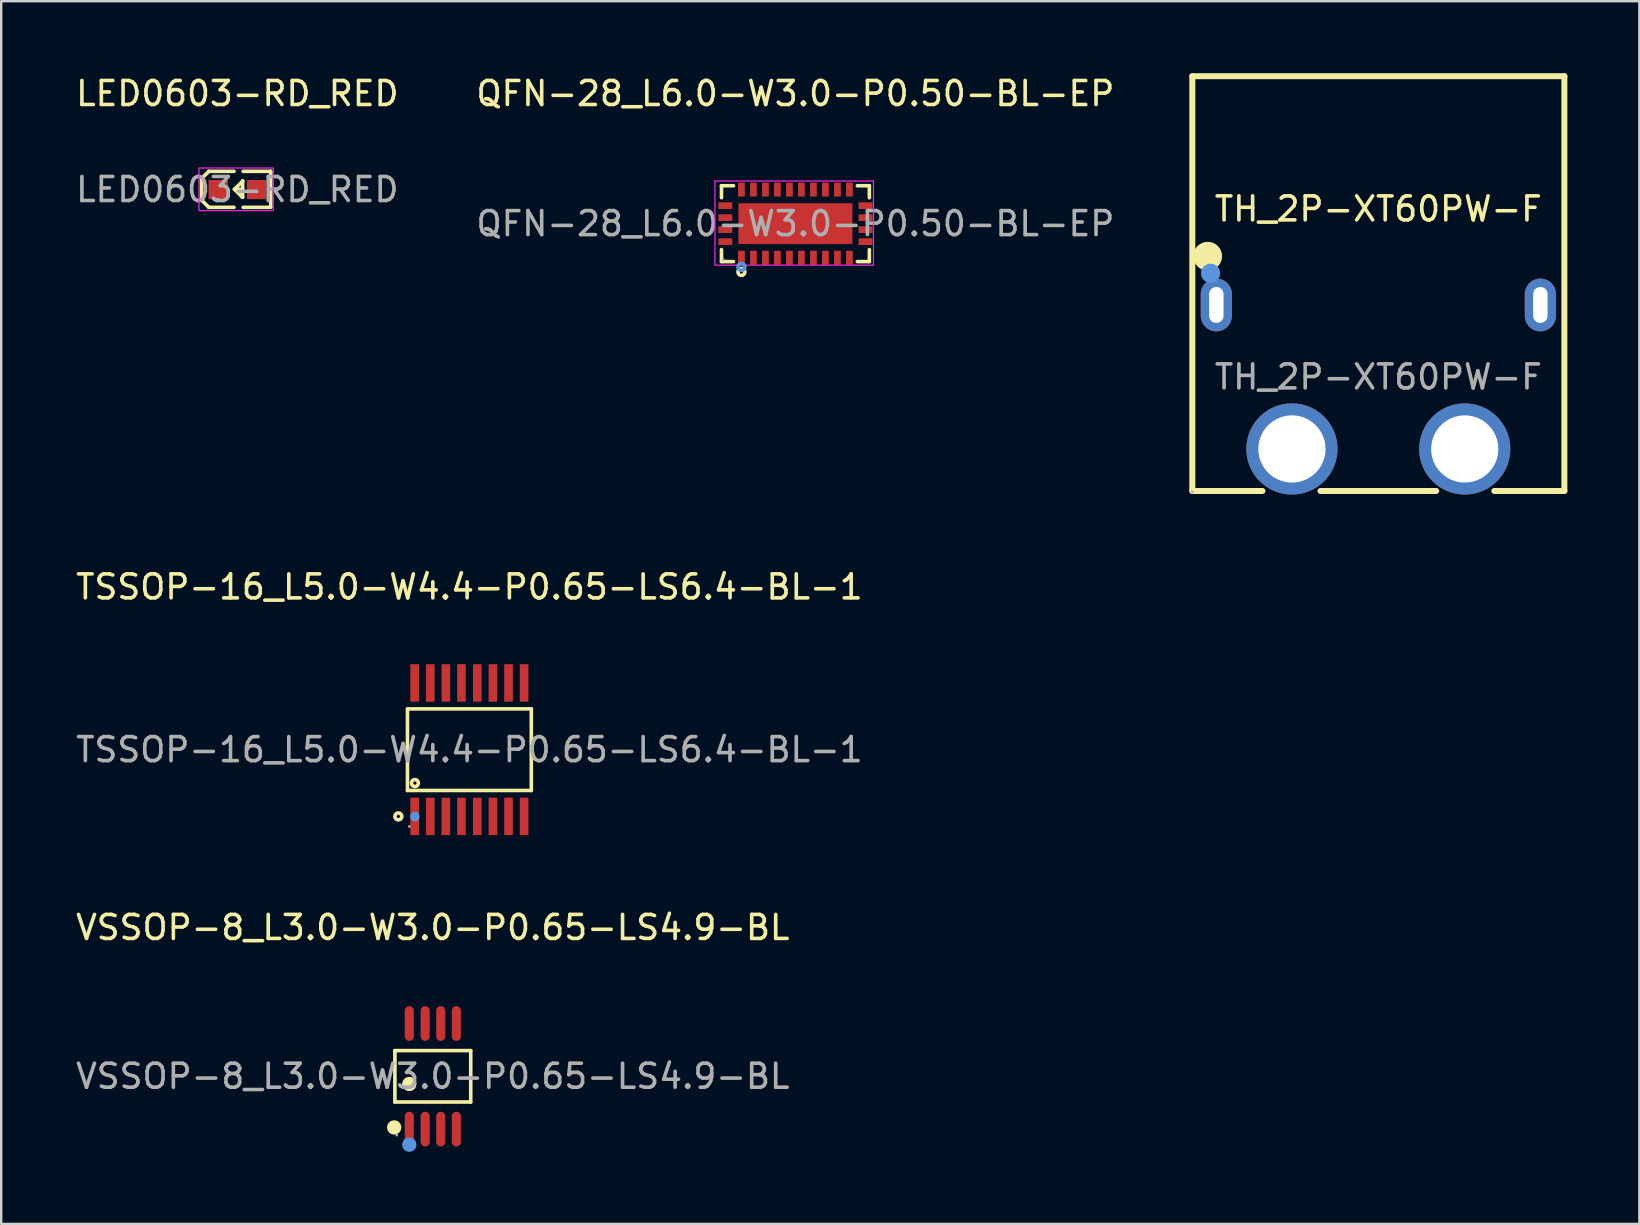
<source format=kicad_pcb>
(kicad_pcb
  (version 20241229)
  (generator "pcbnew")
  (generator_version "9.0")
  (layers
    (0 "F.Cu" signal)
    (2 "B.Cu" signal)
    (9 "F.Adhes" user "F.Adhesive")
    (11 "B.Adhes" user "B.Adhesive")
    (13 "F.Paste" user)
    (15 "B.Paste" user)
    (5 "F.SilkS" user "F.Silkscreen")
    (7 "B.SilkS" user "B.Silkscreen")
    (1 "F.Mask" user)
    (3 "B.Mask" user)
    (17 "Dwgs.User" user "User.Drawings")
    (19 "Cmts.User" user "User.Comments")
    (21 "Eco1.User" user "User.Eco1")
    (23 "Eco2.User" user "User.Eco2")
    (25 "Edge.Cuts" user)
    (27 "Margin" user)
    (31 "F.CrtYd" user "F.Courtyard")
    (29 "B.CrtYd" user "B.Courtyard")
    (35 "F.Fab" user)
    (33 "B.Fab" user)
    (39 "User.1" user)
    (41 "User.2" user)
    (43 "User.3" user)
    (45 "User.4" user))
  (footprint "VSSOP-8_L3.0-W3.0-P0.65-LS4.9-BL"
    (layer "F.Cu")
    (at 14.982 41.791)
    (property "Reference" "VSSOP-8_L3.0-W3.0-P0.65-LS4.9-BL" (at 0 -6.2 0) (layer "F.SilkS") (effects (font (size 1 1) (thickness 0.15))))
    (attr smd)
    (fp_line (start -1.58 -1.07) (end 1.58 -1.07) (stroke (width 0.15) (type solid)) (layer "F.SilkS"))
    (fp_line (start -1.58 1.07) (end -1.58 -1.07) (stroke (width 0.15) (type solid)) (layer "F.SilkS"))
    (fp_line (start 1.58 -1.07) (end 1.58 1.07) (stroke (width 0.15) (type solid)) (layer "F.SilkS"))
    (fp_line (start 1.58 1.07) (end -1.58 1.07) (stroke (width 0.15) (type solid)) (layer "F.SilkS"))
    (fp_circle (center -1.61 2.13) (end -1.46 2.13) (stroke (width 0.3) (type solid)) (fill no) (layer "F.SilkS"))
    (fp_circle (center -0.98 0.32) (end -0.83 0.32) (stroke (width 0.3) (type solid)) (fill no) (layer "F.SilkS"))
    (fp_circle (center -0.98 2.85) (end -0.83 2.85) (stroke (width 0.3) (type solid)) (fill no) (layer "Cmts.User"))
    (fp_circle (center -1.5 2.45) (end -1.47 2.45) (stroke (width 0.06) (type solid)) (fill no) (layer "F.Fab"))
    (fp_text user "${REFERENCE}" (at 0 0 0) (layer "F.Fab") (effects (font (size 1 1) (thickness 0.15))))
    (pad "1" smd oval (at -0.98 2.2) (size 0.38 1.45) (layers "F.Cu" "F.Mask" "F.Paste"))
    (pad "2" smd oval (at -0.32 2.2) (size 0.38 1.45) (layers "F.Cu" "F.Mask" "F.Paste"))
    (pad "3" smd oval (at 0.33 2.2) (size 0.38 1.45) (layers "F.Cu" "F.Mask" "F.Paste"))
    (pad "4" smd oval (at 0.98 2.2) (size 0.38 1.45) (layers "F.Cu" "F.Mask" "F.Paste"))
    (pad "5" smd oval (at 0.98 -2.2) (size 0.38 1.45) (layers "F.Cu" "F.Mask" "F.Paste"))
    (pad "6" smd oval (at 0.33 -2.2) (size 0.38 1.45) (layers "F.Cu" "F.Mask" "F.Paste"))
    (pad "7" smd oval (at -0.32 -2.2) (size 0.38 1.45) (layers "F.Cu" "F.Mask" "F.Paste"))
    (pad "8" smd oval (at -0.98 -2.2) (size 0.38 1.45) (layers "F.Cu" "F.Mask" "F.Paste")))
  (footprint "LED0603-RD_RED"
    (layer "F.Cu")
    (at 6.839 4.848)
    (property "Reference" "LED0603-RD_RED" (at 0 -4 0) (layer "F.SilkS") (effects (font (size 1 1) (thickness 0.15))))
    (attr smd)
    (fp_line (start -1.49 -0.46) (end -1.19 -0.76) (stroke (width 0.15) (type solid)) (layer "F.SilkS"))
    (fp_line (start -1.49 -0.36) (end -1.49 -0.46) (stroke (width 0.15) (type solid)) (layer "F.SilkS"))
    (fp_line (start -1.49 -0.36) (end -1.49 0.34) (stroke (width 0.15) (type solid)) (layer "F.SilkS"))
    (fp_line (start -1.49 0.34) (end -1.49 0.44) (stroke (width 0.15) (type solid)) (layer "F.SilkS"))
    (fp_line (start -1.49 0.44) (end -1.19 0.74) (stroke (width 0.15) (type solid)) (layer "F.SilkS"))
    (fp_line (start -0.14 -0.76) (end -1.19 -0.76) (stroke (width 0.15) (type solid)) (layer "F.SilkS"))
    (fp_line (start -0.14 0.74) (end -1.19 0.74) (stroke (width 0.15) (type solid)) (layer "F.SilkS"))
    (fp_line (start 0.21 0.32) (end -0.12 -0.01) (stroke (width 0.15) (type solid)) (layer "F.SilkS"))
    (fp_line (start 0.22 -0.36) (end 0.22 -0.35) (stroke (width 0.15) (type solid)) (layer "F.SilkS"))
    (fp_line (start 0.22 -0.36) (end 0.22 0.32) (stroke (width 0.15) (type solid)) (layer "F.SilkS"))
    (fp_line (start 0.22 -0.35) (end -0.12 -0.01) (stroke (width 0.15) (type solid)) (layer "F.SilkS"))
    (fp_line (start 0.22 -0.01) (end -0.12 -0.01) (stroke (width 0.15) (type solid)) (layer "F.SilkS"))
    (fp_line (start 0.22 0.32) (end 0.21 0.32) (stroke (width 0.15) (type solid)) (layer "F.SilkS"))
    (fp_line (start 0.24 -0.76) (end 1.39 -0.76) (stroke (width 0.15) (type solid)) (layer "F.SilkS"))
    (fp_line (start 0.24 0.74) (end 1.39 0.74) (stroke (width 0.15) (type solid)) (layer "F.SilkS"))
    (fp_line (start 1.39 -0.76) (end 1.39 0.72) (stroke (width 0.15) (type solid)) (layer "F.SilkS"))
    (fp_rect (start -1.6 -0.9) (end 1.495 0.876) (stroke (width 0.05) (type default)) (fill no) (layer "F.CrtYd"))
    (fp_circle (center -0.8 0.4) (end -0.77 0.4) (stroke (width 0.06) (type solid)) (fill no) (layer "F.Fab"))
    (fp_text user "${REFERENCE}" (at 0 0 0) (layer "F.Fab") (effects (font (size 1 1) (thickness 0.15))))
    (pad "1" smd rect (at -0.8 0 90) (size 0.8 0.8) (layers "F.Cu" "F.Mask" "F.Paste"))
    (pad "2" smd rect (at 0.8 0 90) (size 0.8 0.8) (layers "F.Cu" "F.Mask" "F.Paste")))
  (footprint "QFN-28_L6.0-W3.0-P0.50-BL-EP"
    (layer "F.Cu")
    (at 30.089 6.268)
    (property "Reference" "QFN-28_L6.0-W3.0-P0.50-BL-EP" (at 0 -5.42 0) (layer "F.SilkS") (effects (font (size 1 1) (thickness 0.15))))
    (attr smd)
    (fp_line (start -3.08 -1.58) (end -2.58 -1.58) (stroke (width 0.15) (type solid)) (layer "F.SilkS"))
    (fp_line (start -3.08 -1.08) (end -3.08 -1.58) (stroke (width 0.15) (type solid)) (layer "F.SilkS"))
    (fp_line (start -3.08 1.08) (end -3.08 1.58) (stroke (width 0.15) (type solid)) (layer "F.SilkS"))
    (fp_line (start -3.08 1.58) (end -2.58 1.58) (stroke (width 0.15) (type solid)) (layer "F.SilkS"))
    (fp_line (start 3.08 -1.58) (end 2.58 -1.58) (stroke (width 0.15) (type solid)) (layer "F.SilkS"))
    (fp_line (start 3.08 -1.08) (end 3.08 -1.58) (stroke (width 0.15) (type solid)) (layer "F.SilkS"))
    (fp_line (start 3.08 1.08) (end 3.08 1.58) (stroke (width 0.15) (type solid)) (layer "F.SilkS"))
    (fp_line (start 3.08 1.58) (end 2.58 1.58) (stroke (width 0.15) (type solid)) (layer "F.SilkS"))
    (fp_circle (center -2.25 2.01) (end -2.18 2.01) (stroke (width 0.15) (type solid)) (fill no) (layer "F.SilkS"))
    (fp_circle (center -2.25 1.8) (end -2.18 1.8) (stroke (width 0.15) (type solid)) (fill no) (layer "Cmts.User"))
    (fp_line (start -3.353 -1.778) (end -3.353 1.727) (stroke (width 0.05) (type default)) (layer "F.CrtYd"))
    (fp_line (start -3.353 -1.778) (end 3.251 -1.778) (stroke (width 0.05) (type default)) (layer "F.CrtYd"))
    (fp_line (start 3.251 -1.778) (end 3.251 1.727) (stroke (width 0.05) (type default)) (layer "F.CrtYd"))
    (fp_line (start 3.251 1.727) (end -3.353 1.727) (stroke (width 0.05) (type default)) (layer "F.CrtYd"))
    (fp_circle (center -3 1.5) (end -2.97 1.5) (stroke (width 0.06) (type solid)) (fill no) (layer "F.Fab"))
    (fp_text user "${REFERENCE}" (at 0 0 0) (layer "F.Fab") (effects (font (size 1 1) (thickness 0.15))))
    (pad "1" smd rect (at -2.25 1.42) (size 0.28 0.58) (layers "F.Cu" "F.Mask" "F.Paste"))
    (pad "2" smd rect (at -1.75 1.42) (size 0.28 0.58) (layers "F.Cu" "F.Mask" "F.Paste"))
    (pad "3" smd rect (at -1.25 1.42) (size 0.28 0.58) (layers "F.Cu" "F.Mask" "F.Paste"))
    (pad "4" smd rect (at -0.75 1.42) (size 0.28 0.58) (layers "F.Cu" "F.Mask" "F.Paste"))
    (pad "5" smd rect (at -0.25 1.42) (size 0.28 0.58) (layers "F.Cu" "F.Mask" "F.Paste"))
    (pad "6" smd rect (at 0.25 1.42) (size 0.28 0.58) (layers "F.Cu" "F.Mask" "F.Paste"))
    (pad "7" smd rect (at 0.75 1.42) (size 0.28 0.58) (layers "F.Cu" "F.Mask" "F.Paste"))
    (pad "8" smd rect (at 1.25 1.42) (size 0.28 0.58) (layers "F.Cu" "F.Mask" "F.Paste"))
    (pad "9" smd rect (at 1.75 1.42) (size 0.28 0.58) (layers "F.Cu" "F.Mask" "F.Paste"))
    (pad "10" smd rect (at 2.25 1.42) (size 0.28 0.58) (layers "F.Cu" "F.Mask" "F.Paste"))
    (pad "11" smd rect (at 2.92 0.75) (size 0.58 0.28) (layers "F.Cu" "F.Mask" "F.Paste"))
    (pad "12" smd rect (at 2.92 0.25) (size 0.58 0.28) (layers "F.Cu" "F.Mask" "F.Paste"))
    (pad "13" smd rect (at 2.92 -0.25) (size 0.58 0.28) (layers "F.Cu" "F.Mask" "F.Paste"))
    (pad "14" smd rect (at 2.92 -0.75) (size 0.58 0.28) (layers "F.Cu" "F.Mask" "F.Paste"))
    (pad "15" smd rect (at 2.25 -1.42) (size 0.28 0.58) (layers "F.Cu" "F.Mask" "F.Paste"))
    (pad "16" smd rect (at 1.75 -1.42) (size 0.28 0.58) (layers "F.Cu" "F.Mask" "F.Paste"))
    (pad "17" smd rect (at 1.25 -1.42) (size 0.28 0.58) (layers "F.Cu" "F.Mask" "F.Paste"))
    (pad "18" smd rect (at 0.75 -1.42) (size 0.28 0.58) (layers "F.Cu" "F.Mask" "F.Paste"))
    (pad "19" smd rect (at 0.25 -1.42) (size 0.28 0.58) (layers "F.Cu" "F.Mask" "F.Paste"))
    (pad "20" smd rect (at -0.25 -1.42) (size 0.28 0.58) (layers "F.Cu" "F.Mask" "F.Paste"))
    (pad "21" smd rect (at -0.75 -1.42) (size 0.28 0.58) (layers "F.Cu" "F.Mask" "F.Paste"))
    (pad "22" smd rect (at -1.25 -1.42) (size 0.28 0.58) (layers "F.Cu" "F.Mask" "F.Paste"))
    (pad "23" smd rect (at -1.75 -1.42) (size 0.28 0.58) (layers "F.Cu" "F.Mask" "F.Paste"))
    (pad "24" smd rect (at -2.25 -1.42) (size 0.28 0.58) (layers "F.Cu" "F.Mask" "F.Paste"))
    (pad "25" smd rect (at -2.92 -0.75) (size 0.58 0.28) (layers "F.Cu" "F.Mask" "F.Paste"))
    (pad "26" smd rect (at -2.92 -0.25) (size 0.58 0.28) (layers "F.Cu" "F.Mask" "F.Paste"))
    (pad "27" smd rect (at -2.92 0.25) (size 0.58 0.28) (layers "F.Cu" "F.Mask" "F.Paste"))
    (pad "28" smd rect (at -2.92 0.75) (size 0.58 0.28) (layers "F.Cu" "F.Mask" "F.Paste"))
    (pad "29" smd rect (at 0 0) (size 4.75 1.7) (layers "F.Cu" "F.Mask" "F.Paste")))
  (footprint "TSSOP-16_L5.0-W4.4-P0.65-LS6.4-BL-1"
    (layer "F.Cu")
    (at 16.506 28.183)
    (property "Reference" "TSSOP-16_L5.0-W4.4-P0.65-LS6.4-BL-1" (at 0 -6.78 0) (layer "F.SilkS") (effects (font (size 1 1) (thickness 0.15))))
    (attr smd)
    (fp_line (start -2.58 -1.7) (end 2.58 -1.7) (stroke (width 0.15) (type solid)) (layer "F.SilkS"))
    (fp_line (start -2.58 1.7) (end -2.58 -1.7) (stroke (width 0.15) (type solid)) (layer "F.SilkS"))
    (fp_line (start 2.58 -1.7) (end 2.58 1.7) (stroke (width 0.15) (type solid)) (layer "F.SilkS"))
    (fp_line (start 2.58 1.7) (end -2.58 1.7) (stroke (width 0.15) (type solid)) (layer "F.SilkS"))
    (fp_circle (center -2.96 2.78) (end -2.89 2.78) (stroke (width 0.15) (type solid)) (fill no) (layer "F.SilkS"))
    (fp_circle (center -2.27 1.39) (end -2.2 1.39) (stroke (width 0.15) (type solid)) (fill no) (layer "F.SilkS"))
    (fp_circle (center -2.27 2.79) (end -2.17 2.79) (stroke (width 0.2) (type solid)) (fill no) (layer "Cmts.User"))
    (fp_circle (center -2.5 3.2) (end -2.47 3.2) (stroke (width 0.06) (type solid)) (fill no) (layer "F.Fab"))
    (fp_text user "${REFERENCE}" (at 0 0 0) (layer "F.Fab") (effects (font (size 1 1) (thickness 0.15))))
    (pad "1" smd rect (at -2.28 2.78) (size 0.36 1.56) (layers "F.Cu" "F.Mask" "F.Paste"))
    (pad "2" smd rect (at -1.63 2.78) (size 0.36 1.56) (layers "F.Cu" "F.Mask" "F.Paste"))
    (pad "3" smd rect (at -0.98 2.78) (size 0.36 1.56) (layers "F.Cu" "F.Mask" "F.Paste"))
    (pad "4" smd rect (at -0.33 2.78) (size 0.36 1.56) (layers "F.Cu" "F.Mask" "F.Paste"))
    (pad "5" smd rect (at 0.33 2.78) (size 0.36 1.56) (layers "F.Cu" "F.Mask" "F.Paste"))
    (pad "6" smd rect (at 0.98 2.78) (size 0.36 1.56) (layers "F.Cu" "F.Mask" "F.Paste"))
    (pad "7" smd rect (at 1.63 2.78) (size 0.36 1.56) (layers "F.Cu" "F.Mask" "F.Paste"))
    (pad "8" smd rect (at 2.28 2.78) (size 0.36 1.56) (layers "F.Cu" "F.Mask" "F.Paste"))
    (pad "9" smd rect (at 2.28 -2.78) (size 0.36 1.56) (layers "F.Cu" "F.Mask" "F.Paste"))
    (pad "10" smd rect (at 1.63 -2.78) (size 0.36 1.56) (layers "F.Cu" "F.Mask" "F.Paste"))
    (pad "11" smd rect (at 0.98 -2.78) (size 0.36 1.56) (layers "F.Cu" "F.Mask" "F.Paste"))
    (pad "12" smd rect (at 0.33 -2.78) (size 0.36 1.56) (layers "F.Cu" "F.Mask" "F.Paste"))
    (pad "13" smd rect (at -0.33 -2.78) (size 0.36 1.56) (layers "F.Cu" "F.Mask" "F.Paste"))
    (pad "14" smd rect (at -0.98 -2.78) (size 0.36 1.56) (layers "F.Cu" "F.Mask" "F.Paste"))
    (pad "15" smd rect (at -1.63 -2.78) (size 0.36 1.56) (layers "F.Cu" "F.Mask" "F.Paste"))
    (pad "16" smd rect (at -2.28 -2.78) (size 0.36 1.56) (layers "F.Cu" "F.Mask" "F.Paste")))
  (footprint "TH_2P-XT60PW-F"
    (layer "F.Cu")
    (at 54.375 12.655)
    (property "Reference" "TH_2P-XT60PW-F" (at 0 -7 0) (layer "F.SilkS") (effects (font (size 1 1) (thickness 0.15))))
    (attr smd)
    (fp_line (start -7.75 -12.53) (end -7.75 4.75) (stroke (width 0.25) (type solid)) (layer "F.SilkS"))
    (fp_line (start -7.75 4.75) (end -4.83 4.75) (stroke (width 0.25) (type solid)) (layer "F.SilkS"))
    (fp_line (start -2.41 4.75) (end 2.41 4.75) (stroke (width 0.25) (type solid)) (layer "F.SilkS"))
    (fp_line (start 4.83 4.75) (end 7.75 4.75) (stroke (width 0.25) (type solid)) (layer "F.SilkS"))
    (fp_line (start 7.75 -12.53) (end -7.75 -12.53) (stroke (width 0.25) (type solid)) (layer "F.SilkS"))
    (fp_line (start 7.75 4.75) (end 7.75 -12.53) (stroke (width 0.25) (type solid)) (layer "F.SilkS"))
    (fp_circle (center -7.11 -5.03) (end -6.81 -5.03) (stroke (width 0.6) (type solid)) (fill no) (layer "F.SilkS"))
    (fp_circle (center -6.99 -4.32) (end -6.79 -4.32) (stroke (width 0.4) (type solid)) (fill no) (layer "Cmts.User"))
    (fp_circle (center -7.75 4.8) (end -7.72 4.8) (stroke (width 0.06) (type solid)) (fill no) (layer "F.Fab"))
    (fp_circle (center -3.6 3) (end -2.97 3) (stroke (width 1.25) (type solid)) (fill no) (layer "F.Fab"))
    (fp_circle (center 3.6 3) (end 4.23 3) (stroke (width 1.25) (type solid)) (fill no) (layer "F.Fab"))
    (fp_text user "${REFERENCE}" (at 0 0 0) (layer "F.Fab") (effects (font (size 1 1) (thickness 0.15))))
    (pad "1" thru_hole circle (at -3.6 3) (size 3.8 3.8) (drill 2.8) (layers "*.Cu" "*.Mask"))
    (pad "2" thru_hole circle (at 3.6 3) (size 3.8 3.8) (drill 2.8) (layers "*.Cu" "*.Mask"))
    (pad "3" thru_hole oval (at -6.75 -3 90) (size 2.2 1.3) (drill oval 1.5 0.6) (layers "*.Cu" "*.Mask"))
    (pad "4" thru_hole oval (at 6.75 -3 90) (size 2.2 1.3) (drill oval 1.5 0.6) (layers "*.Cu" "*.Mask")))
  (gr_rect
    (start -3 -3)
    (end 65.25 47.941)
    (stroke (width 0.1) (type default))
    (fill no)
    (layer "Edge.Cuts")))
</source>
